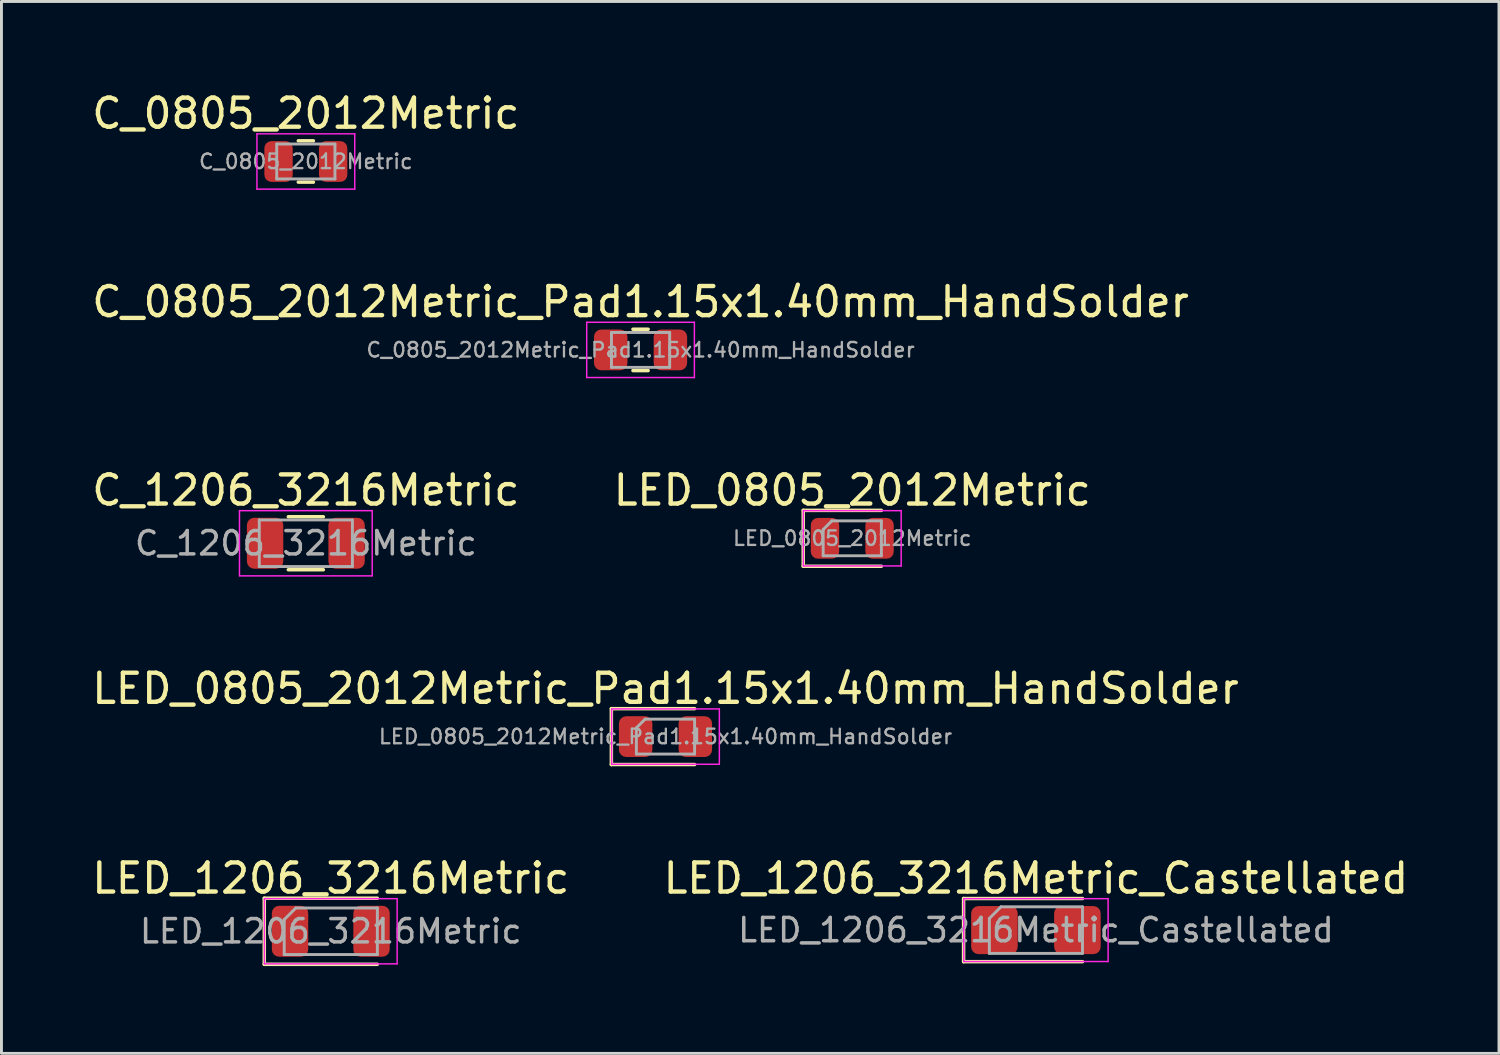
<source format=kicad_pcb>
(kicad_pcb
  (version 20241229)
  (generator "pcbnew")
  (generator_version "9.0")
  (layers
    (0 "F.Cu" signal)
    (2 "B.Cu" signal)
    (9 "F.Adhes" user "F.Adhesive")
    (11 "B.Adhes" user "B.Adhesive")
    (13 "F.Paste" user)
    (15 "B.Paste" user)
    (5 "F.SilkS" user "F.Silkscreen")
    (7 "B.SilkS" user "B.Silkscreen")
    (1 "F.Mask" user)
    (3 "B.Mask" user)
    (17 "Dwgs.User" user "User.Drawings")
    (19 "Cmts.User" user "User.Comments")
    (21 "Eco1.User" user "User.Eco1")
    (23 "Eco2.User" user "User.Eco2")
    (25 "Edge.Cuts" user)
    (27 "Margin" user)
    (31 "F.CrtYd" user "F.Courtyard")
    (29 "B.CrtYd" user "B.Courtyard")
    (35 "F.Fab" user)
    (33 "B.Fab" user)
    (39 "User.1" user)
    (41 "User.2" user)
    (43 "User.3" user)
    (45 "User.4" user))
  (footprint "LED_1206_3216Metric_Castellated"
    (layer "F.Cu")
    (at 32.542 28.906)
    (property "Reference" "LED_1206_3216Metric_Castellated" (at 0 -1.78 0) (layer "F.SilkS") (effects (font (size 1 1) (thickness 0.15))))
    (attr smd)
    (fp_line (start -2.485 -1.085) (end -2.485 1.085) (stroke (width 0.12) (type solid)) (layer "F.SilkS"))
    (fp_line (start -2.485 1.085) (end 1.6 1.085) (stroke (width 0.12) (type solid)) (layer "F.SilkS"))
    (fp_line (start 1.6 -1.085) (end -2.485 -1.085) (stroke (width 0.12) (type solid)) (layer "F.SilkS"))
    (fp_line (start -2.48 -1.08) (end 2.48 -1.08) (stroke (width 0.05) (type solid)) (layer "F.CrtYd"))
    (fp_line (start -2.48 1.08) (end -2.48 -1.08) (stroke (width 0.05) (type solid)) (layer "F.CrtYd"))
    (fp_line (start 2.48 -1.08) (end 2.48 1.08) (stroke (width 0.05) (type solid)) (layer "F.CrtYd"))
    (fp_line (start 2.48 1.08) (end -2.48 1.08) (stroke (width 0.05) (type solid)) (layer "F.CrtYd"))
    (fp_line (start -1.6 -0.4) (end -1.6 0.8) (stroke (width 0.1) (type solid)) (layer "F.Fab"))
    (fp_line (start -1.6 0.8) (end 1.6 0.8) (stroke (width 0.1) (type solid)) (layer "F.Fab"))
    (fp_line (start -1.2 -0.8) (end -1.6 -0.4) (stroke (width 0.1) (type solid)) (layer "F.Fab"))
    (fp_line (start 1.6 -0.8) (end -1.2 -0.8) (stroke (width 0.1) (type solid)) (layer "F.Fab"))
    (fp_line (start 1.6 0.8) (end 1.6 -0.8) (stroke (width 0.1) (type solid)) (layer "F.Fab"))
    (fp_text user "${REFERENCE}" (at 0 0 0) (layer "F.Fab") (effects (font (size 0.8 0.8) (thickness 0.12))))
    (pad "1" smd roundrect (at -1.425 0) (size 1.6 1.65) (layers "F.Cu" "F.Mask" "F.Paste") (roundrect_rratio 0.156))
    (pad "2" smd roundrect (at 1.425 0) (size 1.6 1.65) (layers "F.Cu" "F.Mask" "F.Paste") (roundrect_rratio 0.156)))
  (footprint "C_0805_2012Metric_Pad1.15x1.40mm_HandSolder"
    (layer "F.Cu")
    (at 18.958 8.972)
    (property "Reference" "C_0805_2012Metric_Pad1.15x1.40mm_HandSolder" (at 0 -1.65 0) (layer "F.SilkS") (effects (font (size 1 1) (thickness 0.15))))
    (attr smd)
    (fp_line (start -0.261 -0.71) (end 0.261 -0.71) (stroke (width 0.12) (type solid)) (layer "F.SilkS"))
    (fp_line (start -0.261 0.71) (end 0.261 0.71) (stroke (width 0.12) (type solid)) (layer "F.SilkS"))
    (fp_line (start -1.85 -0.95) (end 1.85 -0.95) (stroke (width 0.05) (type solid)) (layer "F.CrtYd"))
    (fp_line (start -1.85 0.95) (end -1.85 -0.95) (stroke (width 0.05) (type solid)) (layer "F.CrtYd"))
    (fp_line (start 1.85 -0.95) (end 1.85 0.95) (stroke (width 0.05) (type solid)) (layer "F.CrtYd"))
    (fp_line (start 1.85 0.95) (end -1.85 0.95) (stroke (width 0.05) (type solid)) (layer "F.CrtYd"))
    (fp_line (start -1 -0.6) (end 1 -0.6) (stroke (width 0.1) (type solid)) (layer "F.Fab"))
    (fp_line (start -1 0.6) (end -1 -0.6) (stroke (width 0.1) (type solid)) (layer "F.Fab"))
    (fp_line (start 1 -0.6) (end 1 0.6) (stroke (width 0.1) (type solid)) (layer "F.Fab"))
    (fp_line (start 1 0.6) (end -1 0.6) (stroke (width 0.1) (type solid)) (layer "F.Fab"))
    (fp_text user "${REFERENCE}" (at 0 0 0) (layer "F.Fab") (effects (font (size 0.5 0.5) (thickness 0.08))))
    (pad "1" smd roundrect (at -1.025 0) (size 1.15 1.4) (layers "F.Cu" "F.Mask" "F.Paste") (roundrect_rratio 0.217))
    (pad "2" smd roundrect (at 1.025 0) (size 1.15 1.4) (layers "F.Cu" "F.Mask" "F.Paste") (roundrect_rratio 0.217)))
  (footprint "C_1206_3216Metric"
    (layer "F.Cu")
    (at 7.458 15.615)
    (property "Reference" "C_1206_3216Metric" (at 0 -1.82 0) (layer "F.SilkS") (effects (font (size 1 1) (thickness 0.15))))
    (attr smd)
    (fp_line (start -0.602 -0.91) (end 0.602 -0.91) (stroke (width 0.12) (type solid)) (layer "F.SilkS"))
    (fp_line (start -0.602 0.91) (end 0.602 0.91) (stroke (width 0.12) (type solid)) (layer "F.SilkS"))
    (fp_line (start -2.28 -1.12) (end 2.28 -1.12) (stroke (width 0.05) (type solid)) (layer "F.CrtYd"))
    (fp_line (start -2.28 1.12) (end -2.28 -1.12) (stroke (width 0.05) (type solid)) (layer "F.CrtYd"))
    (fp_line (start 2.28 -1.12) (end 2.28 1.12) (stroke (width 0.05) (type solid)) (layer "F.CrtYd"))
    (fp_line (start 2.28 1.12) (end -2.28 1.12) (stroke (width 0.05) (type solid)) (layer "F.CrtYd"))
    (fp_line (start -1.6 -0.8) (end 1.6 -0.8) (stroke (width 0.1) (type solid)) (layer "F.Fab"))
    (fp_line (start -1.6 0.8) (end -1.6 -0.8) (stroke (width 0.1) (type solid)) (layer "F.Fab"))
    (fp_line (start 1.6 -0.8) (end 1.6 0.8) (stroke (width 0.1) (type solid)) (layer "F.Fab"))
    (fp_line (start 1.6 0.8) (end -1.6 0.8) (stroke (width 0.1) (type solid)) (layer "F.Fab"))
    (fp_text user "${REFERENCE}" (at 0 0 0) (layer "F.Fab") (effects (font (size 0.8 0.8) (thickness 0.12))))
    (pad "1" smd roundrect (at -1.4 0) (size 1.25 1.75) (layers "F.Cu" "F.Mask" "F.Paste") (roundrect_rratio 0.2))
    (pad "2" smd roundrect (at 1.4 0) (size 1.25 1.75) (layers "F.Cu" "F.Mask" "F.Paste") (roundrect_rratio 0.2)))
  (footprint "C_0805_2012Metric"
    (layer "F.Cu")
    (at 7.458 2.498)
    (property "Reference" "C_0805_2012Metric" (at 0 -1.65 0) (layer "F.SilkS") (effects (font (size 1 1) (thickness 0.15))))
    (attr smd)
    (fp_line (start -0.259 -0.71) (end 0.259 -0.71) (stroke (width 0.12) (type solid)) (layer "F.SilkS"))
    (fp_line (start -0.259 0.71) (end 0.259 0.71) (stroke (width 0.12) (type solid)) (layer "F.SilkS"))
    (fp_line (start -1.68 -0.95) (end 1.68 -0.95) (stroke (width 0.05) (type solid)) (layer "F.CrtYd"))
    (fp_line (start -1.68 0.95) (end -1.68 -0.95) (stroke (width 0.05) (type solid)) (layer "F.CrtYd"))
    (fp_line (start 1.68 -0.95) (end 1.68 0.95) (stroke (width 0.05) (type solid)) (layer "F.CrtYd"))
    (fp_line (start 1.68 0.95) (end -1.68 0.95) (stroke (width 0.05) (type solid)) (layer "F.CrtYd"))
    (fp_line (start -1 -0.6) (end 1 -0.6) (stroke (width 0.1) (type solid)) (layer "F.Fab"))
    (fp_line (start -1 0.6) (end -1 -0.6) (stroke (width 0.1) (type solid)) (layer "F.Fab"))
    (fp_line (start 1 -0.6) (end 1 0.6) (stroke (width 0.1) (type solid)) (layer "F.Fab"))
    (fp_line (start 1 0.6) (end -1 0.6) (stroke (width 0.1) (type solid)) (layer "F.Fab"))
    (fp_text user "${REFERENCE}" (at 0 0 0) (layer "F.Fab") (effects (font (size 0.5 0.5) (thickness 0.08))))
    (pad "1" smd roundrect (at -0.938 0) (size 0.975 1.4) (layers "F.Cu" "F.Mask" "F.Paste") (roundrect_rratio 0.25))
    (pad "2" smd roundrect (at 0.938 0) (size 0.975 1.4) (layers "F.Cu" "F.Mask" "F.Paste") (roundrect_rratio 0.25)))
  (footprint "LED_0805_2012Metric"
    (layer "F.Cu")
    (at 26.232 15.445)
    (property "Reference" "LED_0805_2012Metric" (at 0 -1.65 0) (layer "F.SilkS") (effects (font (size 1 1) (thickness 0.15))))
    (attr smd)
    (fp_line (start -1.685 -0.96) (end -1.685 0.96) (stroke (width 0.12) (type solid)) (layer "F.SilkS"))
    (fp_line (start -1.685 0.96) (end 1 0.96) (stroke (width 0.12) (type solid)) (layer "F.SilkS"))
    (fp_line (start 1 -0.96) (end -1.685 -0.96) (stroke (width 0.12) (type solid)) (layer "F.SilkS"))
    (fp_line (start -1.68 -0.95) (end 1.68 -0.95) (stroke (width 0.05) (type solid)) (layer "F.CrtYd"))
    (fp_line (start -1.68 0.95) (end -1.68 -0.95) (stroke (width 0.05) (type solid)) (layer "F.CrtYd"))
    (fp_line (start 1.68 -0.95) (end 1.68 0.95) (stroke (width 0.05) (type solid)) (layer "F.CrtYd"))
    (fp_line (start 1.68 0.95) (end -1.68 0.95) (stroke (width 0.05) (type solid)) (layer "F.CrtYd"))
    (fp_line (start -1 -0.3) (end -1 0.6) (stroke (width 0.1) (type solid)) (layer "F.Fab"))
    (fp_line (start -1 0.6) (end 1 0.6) (stroke (width 0.1) (type solid)) (layer "F.Fab"))
    (fp_line (start -0.7 -0.6) (end -1 -0.3) (stroke (width 0.1) (type solid)) (layer "F.Fab"))
    (fp_line (start 1 -0.6) (end -0.7 -0.6) (stroke (width 0.1) (type solid)) (layer "F.Fab"))
    (fp_line (start 1 0.6) (end 1 -0.6) (stroke (width 0.1) (type solid)) (layer "F.Fab"))
    (fp_text user "${REFERENCE}" (at 0 0 0) (layer "F.Fab") (effects (font (size 0.5 0.5) (thickness 0.08))))
    (pad "1" smd roundrect (at -0.938 0) (size 0.975 1.4) (layers "F.Cu" "F.Mask" "F.Paste") (roundrect_rratio 0.25))
    (pad "2" smd roundrect (at 0.938 0) (size 0.975 1.4) (layers "F.Cu" "F.Mask" "F.Paste") (roundrect_rratio 0.25)))
  (footprint "LED_0805_2012Metric_Pad1.15x1.40mm_HandSolder"
    (layer "F.Cu")
    (at 19.815 22.258)
    (property "Reference" "LED_0805_2012Metric_Pad1.15x1.40mm_HandSolder" (at 0 -1.65 0) (layer "F.SilkS") (effects (font (size 1 1) (thickness 0.15))))
    (attr smd)
    (fp_line (start -1.86 -0.96) (end -1.86 0.96) (stroke (width 0.12) (type solid)) (layer "F.SilkS"))
    (fp_line (start -1.86 0.96) (end 1 0.96) (stroke (width 0.12) (type solid)) (layer "F.SilkS"))
    (fp_line (start 1 -0.96) (end -1.86 -0.96) (stroke (width 0.12) (type solid)) (layer "F.SilkS"))
    (fp_line (start -1.85 -0.95) (end 1.85 -0.95) (stroke (width 0.05) (type solid)) (layer "F.CrtYd"))
    (fp_line (start -1.85 0.95) (end -1.85 -0.95) (stroke (width 0.05) (type solid)) (layer "F.CrtYd"))
    (fp_line (start 1.85 -0.95) (end 1.85 0.95) (stroke (width 0.05) (type solid)) (layer "F.CrtYd"))
    (fp_line (start 1.85 0.95) (end -1.85 0.95) (stroke (width 0.05) (type solid)) (layer "F.CrtYd"))
    (fp_line (start -1 -0.3) (end -1 0.6) (stroke (width 0.1) (type solid)) (layer "F.Fab"))
    (fp_line (start -1 0.6) (end 1 0.6) (stroke (width 0.1) (type solid)) (layer "F.Fab"))
    (fp_line (start -0.7 -0.6) (end -1 -0.3) (stroke (width 0.1) (type solid)) (layer "F.Fab"))
    (fp_line (start 1 -0.6) (end -0.7 -0.6) (stroke (width 0.1) (type solid)) (layer "F.Fab"))
    (fp_line (start 1 0.6) (end 1 -0.6) (stroke (width 0.1) (type solid)) (layer "F.Fab"))
    (fp_text user "${REFERENCE}" (at 0 0 0) (layer "F.Fab") (effects (font (size 0.5 0.5) (thickness 0.08))))
    (pad "1" smd roundrect (at -1.025 0) (size 1.15 1.4) (layers "F.Cu" "F.Mask" "F.Paste") (roundrect_rratio 0.217))
    (pad "2" smd roundrect (at 1.025 0) (size 1.15 1.4) (layers "F.Cu" "F.Mask" "F.Paste") (roundrect_rratio 0.217)))
  (footprint "LED_1206_3216Metric"
    (layer "F.Cu")
    (at 8.315 28.946)
    (property "Reference" "LED_1206_3216Metric" (at 0 -1.82 0) (layer "F.SilkS") (effects (font (size 1 1) (thickness 0.15))))
    (attr smd)
    (fp_line (start -2.285 -1.135) (end -2.285 1.135) (stroke (width 0.12) (type solid)) (layer "F.SilkS"))
    (fp_line (start -2.285 1.135) (end 1.6 1.135) (stroke (width 0.12) (type solid)) (layer "F.SilkS"))
    (fp_line (start 1.6 -1.135) (end -2.285 -1.135) (stroke (width 0.12) (type solid)) (layer "F.SilkS"))
    (fp_line (start -2.28 -1.12) (end 2.28 -1.12) (stroke (width 0.05) (type solid)) (layer "F.CrtYd"))
    (fp_line (start -2.28 1.12) (end -2.28 -1.12) (stroke (width 0.05) (type solid)) (layer "F.CrtYd"))
    (fp_line (start 2.28 -1.12) (end 2.28 1.12) (stroke (width 0.05) (type solid)) (layer "F.CrtYd"))
    (fp_line (start 2.28 1.12) (end -2.28 1.12) (stroke (width 0.05) (type solid)) (layer "F.CrtYd"))
    (fp_line (start -1.6 -0.4) (end -1.6 0.8) (stroke (width 0.1) (type solid)) (layer "F.Fab"))
    (fp_line (start -1.6 0.8) (end 1.6 0.8) (stroke (width 0.1) (type solid)) (layer "F.Fab"))
    (fp_line (start -1.2 -0.8) (end -1.6 -0.4) (stroke (width 0.1) (type solid)) (layer "F.Fab"))
    (fp_line (start 1.6 -0.8) (end -1.2 -0.8) (stroke (width 0.1) (type solid)) (layer "F.Fab"))
    (fp_line (start 1.6 0.8) (end 1.6 -0.8) (stroke (width 0.1) (type solid)) (layer "F.Fab"))
    (fp_text user "${REFERENCE}" (at 0 0 0) (layer "F.Fab") (effects (font (size 0.8 0.8) (thickness 0.12))))
    (pad "1" smd roundrect (at -1.4 0) (size 1.25 1.75) (layers "F.Cu" "F.Mask" "F.Paste") (roundrect_rratio 0.2))
    (pad "2" smd roundrect (at 1.4 0) (size 1.25 1.75) (layers "F.Cu" "F.Mask" "F.Paste") (roundrect_rratio 0.2)))
  (gr_rect
    (start -3 -3)
    (end 48.452 33.141)
    (stroke (width 0.1) (type default))
    (fill no)
    (layer "Edge.Cuts")))
</source>
